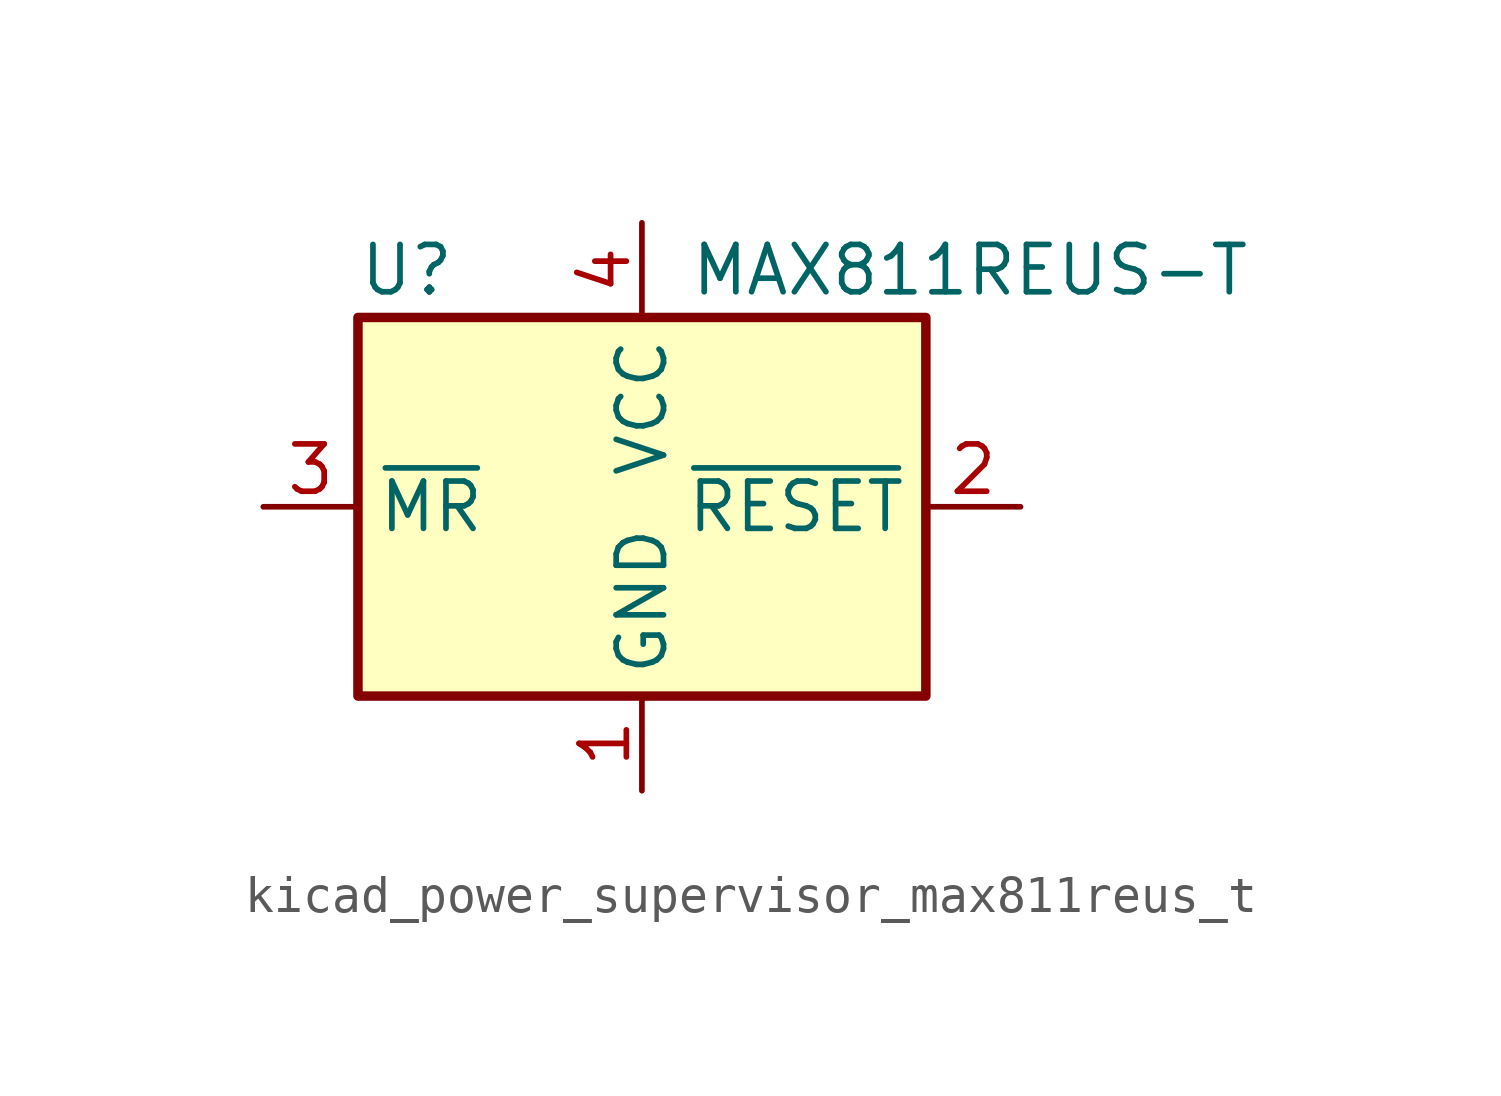
<source format=kicad_sym>
(kicad_symbol_lib
  (version 20220914)
  (generator kicad_symbol_editor)
  (symbol "kicad_power_supervisor_max811reus_t"
    (property "Reference" "U"
      (at -7.62 6.35 0)
      (effects (font (size 1.27 1.27)) (justify left)))
    (property "Value" "MAX811REUS-T"
      (at 1.27 6.35 0)
      (effects (font (size 1.27 1.27)) (justify left)))
    (symbol "kicad_power_supervisor_max811reus_t_0_1"
      (rectangle (start -7.62 5.08) (end 7.62 -5.08) (stroke (width 0.254) (type default)) (fill (type background))))
    (symbol "kicad_power_supervisor_max811reus_t_1_1"
      (pin power_in line (at 0 -7.62 90) (length 2.54) (name "GND" (effects (font (size 1.27 1.27)))) (number "1" (effects (font (size 1.27 1.27)))))
      (pin output line (at 10.16 0 180) (length 2.54) (name "~{RESET}" (effects (font (size 1.27 1.27)))) (number "2" (effects (font (size 1.27 1.27)))))
      (pin input line (at -10.16 0 0) (length 2.54) (name "~{MR}" (effects (font (size 1.27 1.27)))) (number "3" (effects (font (size 1.27 1.27)))))
      (pin power_in line (at 0 7.62 270) (length 2.54) (name "VCC" (effects (font (size 1.27 1.27)))) (number "4" (effects (font (size 1.27 1.27))))))))
</source>
